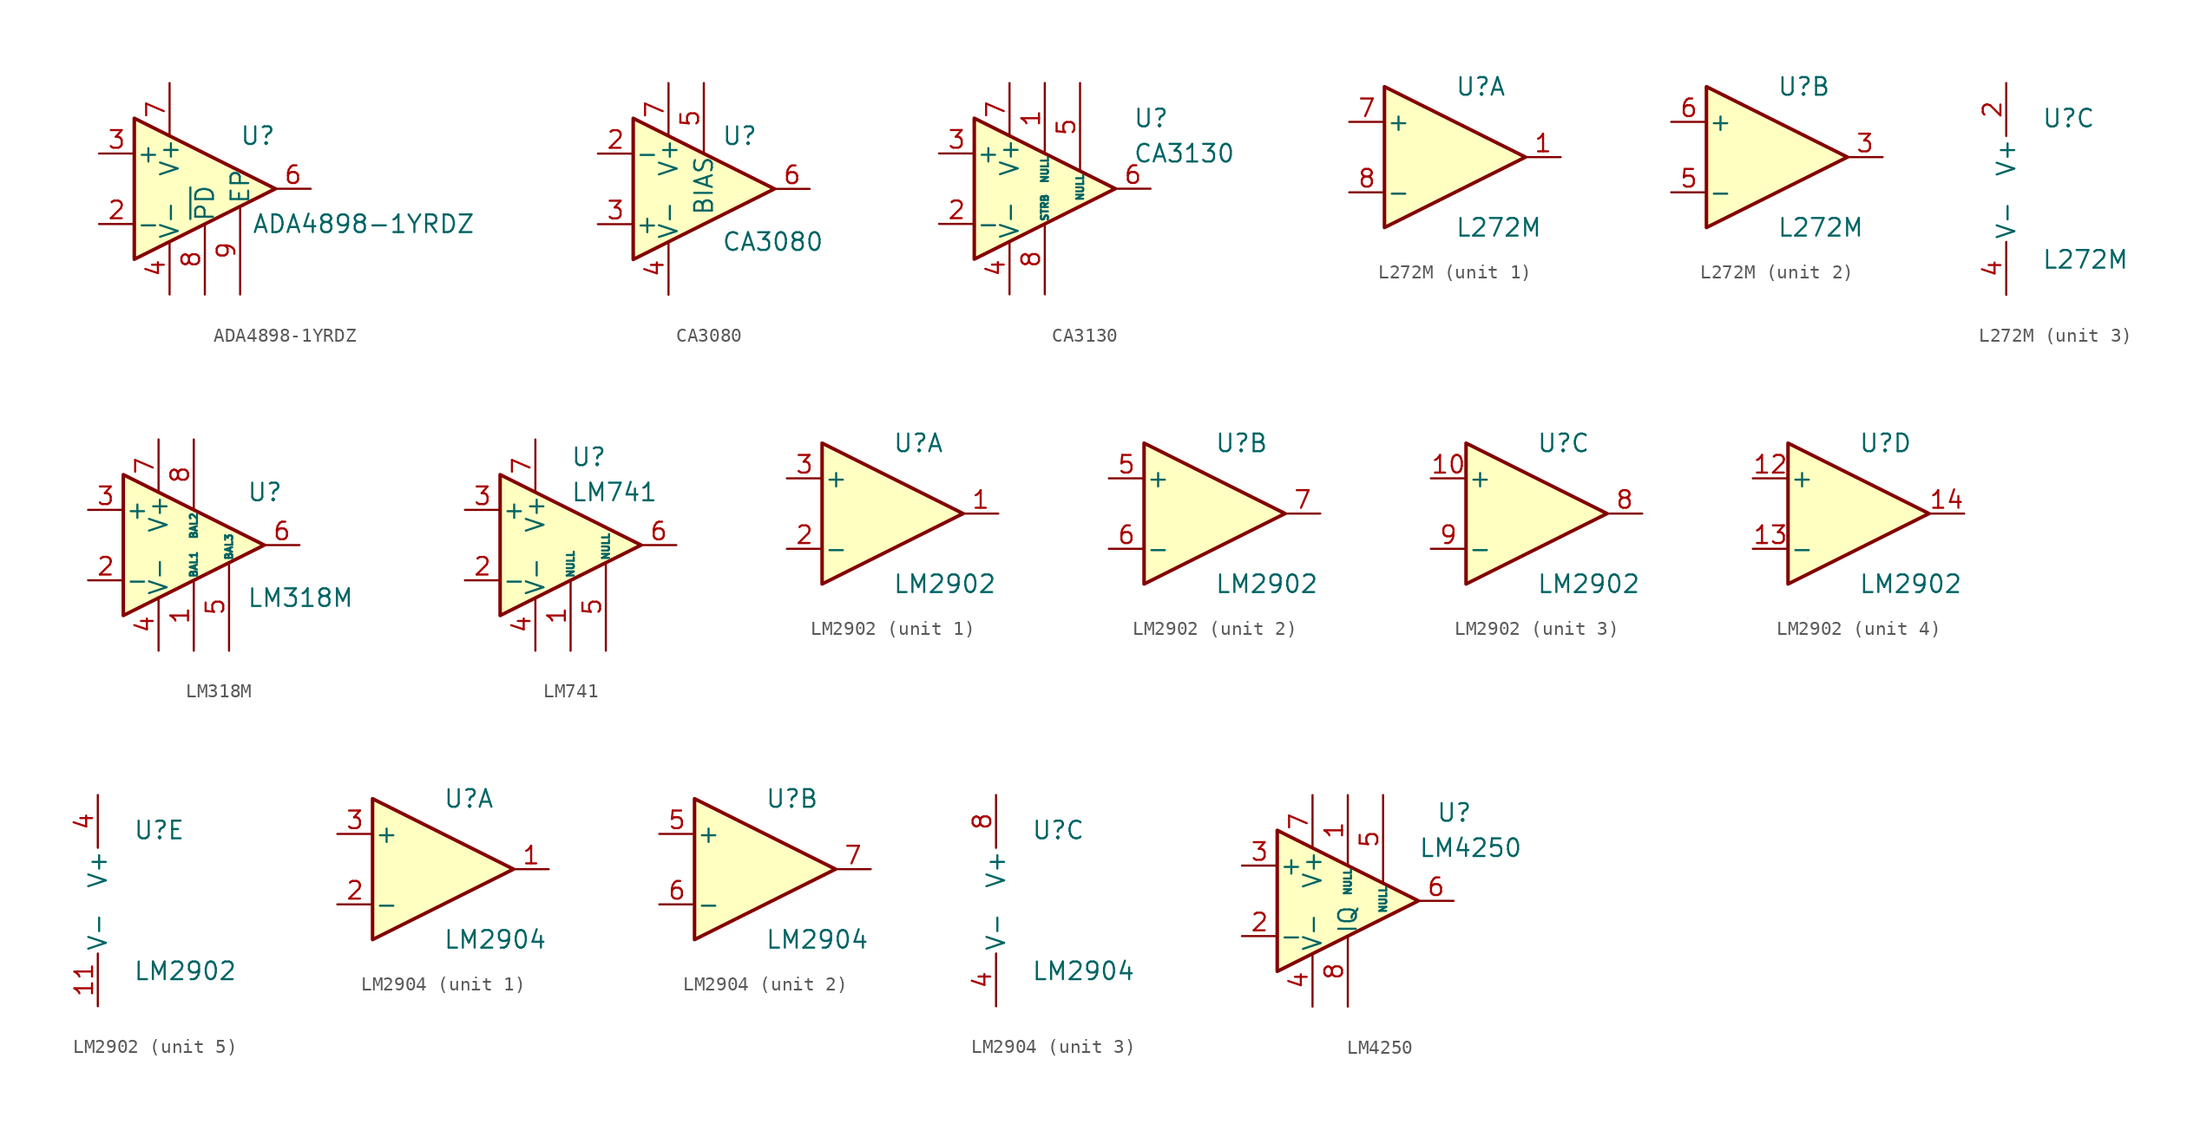
<source format=kicad_sym>
(kicad_symbol_lib
  (version 20201005)
  (generator kicad_symbol_editor)
  (symbol "ADA4898-1YRDZ"
    (pin_names
      (offset 0.127))
    (property "Reference" "U"
      (at 3.81 3.81 0)
      (effects (font (size 1.27 1.27))))
    (property "Value" "ADA4898-1YRDZ"
      (at 11.43 -2.54 0)
      (effects (font (size 1.27 1.27))))
    (symbol "ADA4898-1YRDZ_1_1"
      (polyline (pts (xy -5.08 5.08) (xy 5.08 0) (xy -5.08 -5.08) (xy -5.08 5.08)) (stroke (width 0.254)) (fill (type background)))
      (pin input line (at -7.62 -2.54 0) (length 2.54) (name "-" (effects (font (size 1.27 1.27)))) (number "2" (effects (font (size 1.27 1.27)))))
      (pin input line (at -7.62 2.54 0) (length 2.54) (name "+" (effects (font (size 1.27 1.27)))) (number "3" (effects (font (size 1.27 1.27)))))
      (pin power_in line (at -2.54 -7.62 90) (length 3.81) (name "V-" (effects (font (size 1.27 1.27)))) (number "4" (effects (font (size 1.27 1.27)))))
      (pin output line (at 7.62 0 180) (length 2.54) (name "~" (effects (font (size 1.27 1.27)))) (number "6" (effects (font (size 1.27 1.27)))))
      (pin power_in line (at -2.54 7.62 270) (length 3.81) (name "V+" (effects (font (size 1.27 1.27)))) (number "7" (effects (font (size 1.27 1.27)))))
      (pin input line (at 0 -7.62 90) (length 5.08) (name "~PD" (effects (font (size 1.27 1.27)))) (number "8" (effects (font (size 1.27 1.27)))))
      (pin passive line (at 2.54 -7.62 90) (length 6.35) (name "EP" (effects (font (size 1.27 1.27)))) (number "9" (effects (font (size 1.27 1.27)))))))
  (symbol "CA3080"
    (pin_names
      (offset 0.127))
    (property "Reference" "U"
      (at 1.27 3.81 0)
      (effects (font (size 1.27 1.27)) (justify left)))
    (property "Value" "CA3080"
      (at 1.27 -3.81 0)
      (effects (font (size 1.27 1.27)) (justify left)))
    (symbol "CA3080_0_1"
      (polyline (pts (xy 5.08 0) (xy -5.08 -5.08) (xy -5.08 5.08) (xy 5.08 0)) (stroke (width 0.254)) (fill (type background))))
    (symbol "CA3080_1_1"
      (pin no_connect line (at -2.54 2.54 270) (length 2.54) hide (name "NC" (effects (font (size 1.27 1.27)))) (number "1" (effects (font (size 1.27 1.27)))))
      (pin input line (at -7.62 2.54 0) (length 2.54) (name "-" (effects (font (size 1.27 1.27)))) (number "2" (effects (font (size 1.27 1.27)))))
      (pin input line (at -7.62 -2.54 0) (length 2.54) (name "+" (effects (font (size 1.27 1.27)))) (number "3" (effects (font (size 1.27 1.27)))))
      (pin power_in line (at -2.54 -7.62 90) (length 3.81) (name "V-" (effects (font (size 1.27 1.27)))) (number "4" (effects (font (size 1.27 1.27)))))
      (pin passive line (at 0 7.62 270) (length 5.08) (name "BIAS" (effects (font (size 1.27 1.27)))) (number "5" (effects (font (size 1.27 1.27)))))
      (pin output line (at 7.62 0 180) (length 2.54) (name "~" (effects (font (size 1.27 1.27)))) (number "6" (effects (font (size 1.27 1.27)))))
      (pin power_in line (at -2.54 7.62 270) (length 3.81) (name "V+" (effects (font (size 1.27 1.27)))) (number "7" (effects (font (size 1.27 1.27)))))
      (pin no_connect line (at 0 2.54 270) (length 2.54) hide (name "NC" (effects (font (size 1.27 1.27)))) (number "8" (effects (font (size 1.27 1.27)))))))
  (symbol "CA3130"
    (pin_names
      (offset 0.127))
    (property "Reference" "U"
      (at 6.35 5.08 0)
      (effects (font (size 1.27 1.27)) (justify left)))
    (property "Value" "CA3130"
      (at 6.35 2.54 0)
      (effects (font (size 1.27 1.27)) (justify left)))
    (symbol "CA3130_0_1"
      (polyline (pts (xy -5.08 5.08) (xy 5.08 0) (xy -5.08 -5.08) (xy -5.08 5.08)) (stroke (width 0.254)) (fill (type background))))
    (symbol "CA3130_1_1"
      (pin passive line (at 0 7.62 270) (length 5.08) (name "NULL" (effects (font (size 0.508 0.508)))) (number "1" (effects (font (size 1.27 1.27)))))
      (pin input line (at -7.62 -2.54 0) (length 2.54) (name "-" (effects (font (size 1.27 1.27)))) (number "2" (effects (font (size 1.27 1.27)))))
      (pin input line (at -7.62 2.54 0) (length 2.54) (name "+" (effects (font (size 1.27 1.27)))) (number "3" (effects (font (size 1.27 1.27)))))
      (pin power_in line (at -2.54 -7.62 90) (length 3.81) (name "V-" (effects (font (size 1.27 1.27)))) (number "4" (effects (font (size 1.27 1.27)))))
      (pin passive line (at 2.54 7.62 270) (length 6.35) (name "NULL" (effects (font (size 0.508 0.508)))) (number "5" (effects (font (size 1.27 1.27)))))
      (pin output line (at 7.62 0 180) (length 2.54) (name "~" (effects (font (size 1.27 1.27)))) (number "6" (effects (font (size 1.27 1.27)))))
      (pin power_in line (at -2.54 7.62 270) (length 3.81) (name "V+" (effects (font (size 1.27 1.27)))) (number "7" (effects (font (size 1.27 1.27)))))
      (pin passive line (at 0 -7.62 90) (length 5.08) (name "STRB" (effects (font (size 0.508 0.508)))) (number "8" (effects (font (size 1.27 1.27)))))))
  (symbol "L272M"
    (pin_names
      (offset 0.127))
    (property "Reference" "U"
      (at 0 5.08 0)
      (effects (font (size 1.27 1.27)) (justify left)))
    (property "Value" "L272M"
      (at 0 -5.08 0)
      (effects (font (size 1.27 1.27)) (justify left)))
    (property "ki_locked" ""
      (at 0 0 0)
      (effects (font (size 1.27 1.27))))
    (symbol "L272M_1_1"
      (polyline (pts (xy -5.08 5.08) (xy 5.08 0) (xy -5.08 -5.08) (xy -5.08 5.08)) (stroke (width 0.254)) (fill (type background)))
      (pin output line (at 7.62 0 180) (length 2.54) (name "~" (effects (font (size 1.27 1.27)))) (number "1" (effects (font (size 1.27 1.27)))))
      (pin input line (at -7.62 2.54 0) (length 2.54) (name "+" (effects (font (size 1.27 1.27)))) (number "7" (effects (font (size 1.27 1.27)))))
      (pin input line (at -7.62 -2.54 0) (length 2.54) (name "-" (effects (font (size 1.27 1.27)))) (number "8" (effects (font (size 1.27 1.27))))))
    (symbol "L272M_2_1"
      (polyline (pts (xy -5.08 5.08) (xy 5.08 0) (xy -5.08 -5.08) (xy -5.08 5.08)) (stroke (width 0.254)) (fill (type background)))
      (pin output line (at 7.62 0 180) (length 2.54) (name "~" (effects (font (size 1.27 1.27)))) (number "3" (effects (font (size 1.27 1.27)))))
      (pin input line (at -7.62 -2.54 0) (length 2.54) (name "-" (effects (font (size 1.27 1.27)))) (number "5" (effects (font (size 1.27 1.27)))))
      (pin input line (at -7.62 2.54 0) (length 2.54) (name "+" (effects (font (size 1.27 1.27)))) (number "6" (effects (font (size 1.27 1.27))))))
    (symbol "L272M_3_1"
      (pin power_in line (at -2.54 7.62 270) (length 3.81) (name "V+" (effects (font (size 1.27 1.27)))) (number "2" (effects (font (size 1.27 1.27)))))
      (pin power_in line (at -2.54 -7.62 90) (length 3.81) (name "V-" (effects (font (size 1.27 1.27)))) (number "4" (effects (font (size 1.27 1.27)))))))
  (symbol "LM318M"
    (pin_names
      (offset 0.127))
    (property "Reference" "U"
      (at 3.81 3.81 0)
      (effects (font (size 1.27 1.27)) (justify left)))
    (property "Value" "LM318M"
      (at 3.81 -3.81 0)
      (effects (font (size 1.27 1.27)) (justify left)))
    (symbol "LM318M_0_1"
      (polyline (pts (xy 5.08 0) (xy -5.08 5.08) (xy -5.08 -5.08) (xy 5.08 0)) (stroke (width 0.254)) (fill (type background))))
    (symbol "LM318M_1_1"
      (pin passive line (at 0 -7.62 90) (length 5.08) (name "BAL1" (effects (font (size 0.508 0.508)))) (number "1" (effects (font (size 1.27 1.27)))))
      (pin input line (at -7.62 -2.54 0) (length 2.54) (name "-" (effects (font (size 1.27 1.27)))) (number "2" (effects (font (size 1.27 1.27)))))
      (pin input line (at -7.62 2.54 0) (length 2.54) (name "+" (effects (font (size 1.27 1.27)))) (number "3" (effects (font (size 1.27 1.27)))))
      (pin power_in line (at -2.54 -7.62 90) (length 3.81) (name "V-" (effects (font (size 1.27 1.27)))) (number "4" (effects (font (size 1.27 1.27)))))
      (pin passive line (at 2.54 -7.62 90) (length 6.35) (name "BAL3" (effects (font (size 0.508 0.508)))) (number "5" (effects (font (size 1.27 1.27)))))
      (pin output line (at 7.62 0 180) (length 2.54) (name "~" (effects (font (size 1.27 1.27)))) (number "6" (effects (font (size 1.27 1.27)))))
      (pin power_in line (at -2.54 7.62 270) (length 3.81) (name "V+" (effects (font (size 1.27 1.27)))) (number "7" (effects (font (size 1.27 1.27)))))
      (pin passive line (at 0 7.62 270) (length 5.08) (name "BAL2" (effects (font (size 0.508 0.508)))) (number "8" (effects (font (size 1.27 1.27)))))))
  (symbol "LM741"
    (pin_names
      (offset 0.127))
    (property "Reference" "U"
      (at 0 6.35 0)
      (effects (font (size 1.27 1.27)) (justify left)))
    (property "Value" "LM741"
      (at 0 3.81 0)
      (effects (font (size 1.27 1.27)) (justify left)))
    (symbol "LM741_0_1"
      (polyline (pts (xy -5.08 5.08) (xy 5.08 0) (xy -5.08 -5.08) (xy -5.08 5.08)) (stroke (width 0.254)) (fill (type background))))
    (symbol "LM741_1_1"
      (pin input line (at 0 -7.62 90) (length 5.08) (name "NULL" (effects (font (size 0.508 0.508)))) (number "1" (effects (font (size 1.27 1.27)))))
      (pin input line (at -7.62 -2.54 0) (length 2.54) (name "-" (effects (font (size 1.27 1.27)))) (number "2" (effects (font (size 1.27 1.27)))))
      (pin input line (at -7.62 2.54 0) (length 2.54) (name "+" (effects (font (size 1.27 1.27)))) (number "3" (effects (font (size 1.27 1.27)))))
      (pin power_in line (at -2.54 -7.62 90) (length 3.81) (name "V-" (effects (font (size 1.27 1.27)))) (number "4" (effects (font (size 1.27 1.27)))))
      (pin input line (at 2.54 -7.62 90) (length 6.35) (name "NULL" (effects (font (size 0.508 0.508)))) (number "5" (effects (font (size 1.27 1.27)))))
      (pin output line (at 7.62 0 180) (length 2.54) (name "~" (effects (font (size 1.27 1.27)))) (number "6" (effects (font (size 1.27 1.27)))))
      (pin power_in line (at -2.54 7.62 270) (length 3.81) (name "V+" (effects (font (size 1.27 1.27)))) (number "7" (effects (font (size 1.27 1.27)))))
      (pin no_connect line (at 0 2.54 270) (length 2.54) hide (name "NC" (effects (font (size 1.27 1.27)))) (number "8" (effects (font (size 1.27 1.27)))))))
  (symbol "LM2902"
    (pin_names
      (offset 0.127))
    (property "Reference" "U"
      (at 0 5.08 0)
      (effects (font (size 1.27 1.27)) (justify left)))
    (property "Value" "LM2902"
      (at 0 -5.08 0)
      (effects (font (size 1.27 1.27)) (justify left)))
    (property "ki_locked" ""
      (at 0 0 0)
      (effects (font (size 1.27 1.27))))
    (symbol "LM2902_1_1"
      (polyline (pts (xy -5.08 5.08) (xy 5.08 0) (xy -5.08 -5.08) (xy -5.08 5.08)) (stroke (width 0.254)) (fill (type background)))
      (pin output line (at 7.62 0 180) (length 2.54) (name "~" (effects (font (size 1.27 1.27)))) (number "1" (effects (font (size 1.27 1.27)))))
      (pin input line (at -7.62 -2.54 0) (length 2.54) (name "-" (effects (font (size 1.27 1.27)))) (number "2" (effects (font (size 1.27 1.27)))))
      (pin input line (at -7.62 2.54 0) (length 2.54) (name "+" (effects (font (size 1.27 1.27)))) (number "3" (effects (font (size 1.27 1.27))))))
    (symbol "LM2902_2_1"
      (polyline (pts (xy -5.08 5.08) (xy 5.08 0) (xy -5.08 -5.08) (xy -5.08 5.08)) (stroke (width 0.254)) (fill (type background)))
      (pin input line (at -7.62 2.54 0) (length 2.54) (name "+" (effects (font (size 1.27 1.27)))) (number "5" (effects (font (size 1.27 1.27)))))
      (pin input line (at -7.62 -2.54 0) (length 2.54) (name "-" (effects (font (size 1.27 1.27)))) (number "6" (effects (font (size 1.27 1.27)))))
      (pin output line (at 7.62 0 180) (length 2.54) (name "~" (effects (font (size 1.27 1.27)))) (number "7" (effects (font (size 1.27 1.27))))))
    (symbol "LM2902_3_1"
      (polyline (pts (xy -5.08 5.08) (xy 5.08 0) (xy -5.08 -5.08) (xy -5.08 5.08)) (stroke (width 0.254)) (fill (type background)))
      (pin input line (at -7.62 2.54 0) (length 2.54) (name "+" (effects (font (size 1.27 1.27)))) (number "10" (effects (font (size 1.27 1.27)))))
      (pin output line (at 7.62 0 180) (length 2.54) (name "~" (effects (font (size 1.27 1.27)))) (number "8" (effects (font (size 1.27 1.27)))))
      (pin input line (at -7.62 -2.54 0) (length 2.54) (name "-" (effects (font (size 1.27 1.27)))) (number "9" (effects (font (size 1.27 1.27))))))
    (symbol "LM2902_4_1"
      (polyline (pts (xy -5.08 5.08) (xy 5.08 0) (xy -5.08 -5.08) (xy -5.08 5.08)) (stroke (width 0.254)) (fill (type background)))
      (pin input line (at -7.62 2.54 0) (length 2.54) (name "+" (effects (font (size 1.27 1.27)))) (number "12" (effects (font (size 1.27 1.27)))))
      (pin input line (at -7.62 -2.54 0) (length 2.54) (name "-" (effects (font (size 1.27 1.27)))) (number "13" (effects (font (size 1.27 1.27)))))
      (pin output line (at 7.62 0 180) (length 2.54) (name "~" (effects (font (size 1.27 1.27)))) (number "14" (effects (font (size 1.27 1.27))))))
    (symbol "LM2902_5_1"
      (pin power_in line (at -2.54 -7.62 90) (length 3.81) (name "V-" (effects (font (size 1.27 1.27)))) (number "11" (effects (font (size 1.27 1.27)))))
      (pin power_in line (at -2.54 7.62 270) (length 3.81) (name "V+" (effects (font (size 1.27 1.27)))) (number "4" (effects (font (size 1.27 1.27)))))))
  (symbol "LM2904"
    (pin_names
      (offset 0.127))
    (property "Reference" "U"
      (at 0 5.08 0)
      (effects (font (size 1.27 1.27)) (justify left)))
    (property "Value" "LM2904"
      (at 0 -5.08 0)
      (effects (font (size 1.27 1.27)) (justify left)))
    (property "ki_locked" ""
      (at 0 0 0)
      (effects (font (size 1.27 1.27))))
    (symbol "LM2904_1_1"
      (polyline (pts (xy -5.08 5.08) (xy 5.08 0) (xy -5.08 -5.08) (xy -5.08 5.08)) (stroke (width 0.254)) (fill (type background)))
      (pin output line (at 7.62 0 180) (length 2.54) (name "~" (effects (font (size 1.27 1.27)))) (number "1" (effects (font (size 1.27 1.27)))))
      (pin input line (at -7.62 -2.54 0) (length 2.54) (name "-" (effects (font (size 1.27 1.27)))) (number "2" (effects (font (size 1.27 1.27)))))
      (pin input line (at -7.62 2.54 0) (length 2.54) (name "+" (effects (font (size 1.27 1.27)))) (number "3" (effects (font (size 1.27 1.27))))))
    (symbol "LM2904_2_1"
      (polyline (pts (xy -5.08 5.08) (xy 5.08 0) (xy -5.08 -5.08) (xy -5.08 5.08)) (stroke (width 0.254)) (fill (type background)))
      (pin input line (at -7.62 2.54 0) (length 2.54) (name "+" (effects (font (size 1.27 1.27)))) (number "5" (effects (font (size 1.27 1.27)))))
      (pin input line (at -7.62 -2.54 0) (length 2.54) (name "-" (effects (font (size 1.27 1.27)))) (number "6" (effects (font (size 1.27 1.27)))))
      (pin output line (at 7.62 0 180) (length 2.54) (name "~" (effects (font (size 1.27 1.27)))) (number "7" (effects (font (size 1.27 1.27))))))
    (symbol "LM2904_3_1"
      (pin power_in line (at -2.54 -7.62 90) (length 3.81) (name "V-" (effects (font (size 1.27 1.27)))) (number "4" (effects (font (size 1.27 1.27)))))
      (pin power_in line (at -2.54 7.62 270) (length 3.81) (name "V+" (effects (font (size 1.27 1.27)))) (number "8" (effects (font (size 1.27 1.27)))))))
  (symbol "LM4250"
    (pin_names
      (offset 0.127))
    (property "Reference" "U"
      (at 6.35 6.35 0)
      (effects (font (size 1.27 1.27)) (justify left)))
    (property "Value" "LM4250"
      (at 5.08 3.81 0)
      (effects (font (size 1.27 1.27)) (justify left)))
    (symbol "LM4250_0_1"
      (polyline (pts (xy -5.08 5.08) (xy 5.08 0) (xy -5.08 -5.08) (xy -5.08 5.08)) (stroke (width 0.254)) (fill (type background))))
    (symbol "LM4250_1_1"
      (pin input line (at 0 7.62 270) (length 5.08) (name "NULL" (effects (font (size 0.508 0.508)))) (number "1" (effects (font (size 1.27 1.27)))))
      (pin input line (at -7.62 -2.54 0) (length 2.54) (name "-" (effects (font (size 1.27 1.27)))) (number "2" (effects (font (size 1.27 1.27)))))
      (pin input line (at -7.62 2.54 0) (length 2.54) (name "+" (effects (font (size 1.27 1.27)))) (number "3" (effects (font (size 1.27 1.27)))))
      (pin power_in line (at -2.54 -7.62 90) (length 3.81) (name "V-" (effects (font (size 1.27 1.27)))) (number "4" (effects (font (size 1.27 1.27)))))
      (pin input line (at 2.54 7.62 270) (length 6.35) (name "NULL" (effects (font (size 0.508 0.508)))) (number "5" (effects (font (size 1.27 1.27)))))
      (pin output line (at 7.62 0 180) (length 2.54) (name "~" (effects (font (size 1.27 1.27)))) (number "6" (effects (font (size 1.27 1.27)))))
      (pin power_in line (at -2.54 7.62 270) (length 3.81) (name "V+" (effects (font (size 1.27 1.27)))) (number "7" (effects (font (size 1.27 1.27)))))
      (pin input line (at 0 -7.62 90) (length 5.08) (name "IQ" (effects (font (size 1.27 1.27)))) (number "8" (effects (font (size 1.27 1.27))))))))
</source>
